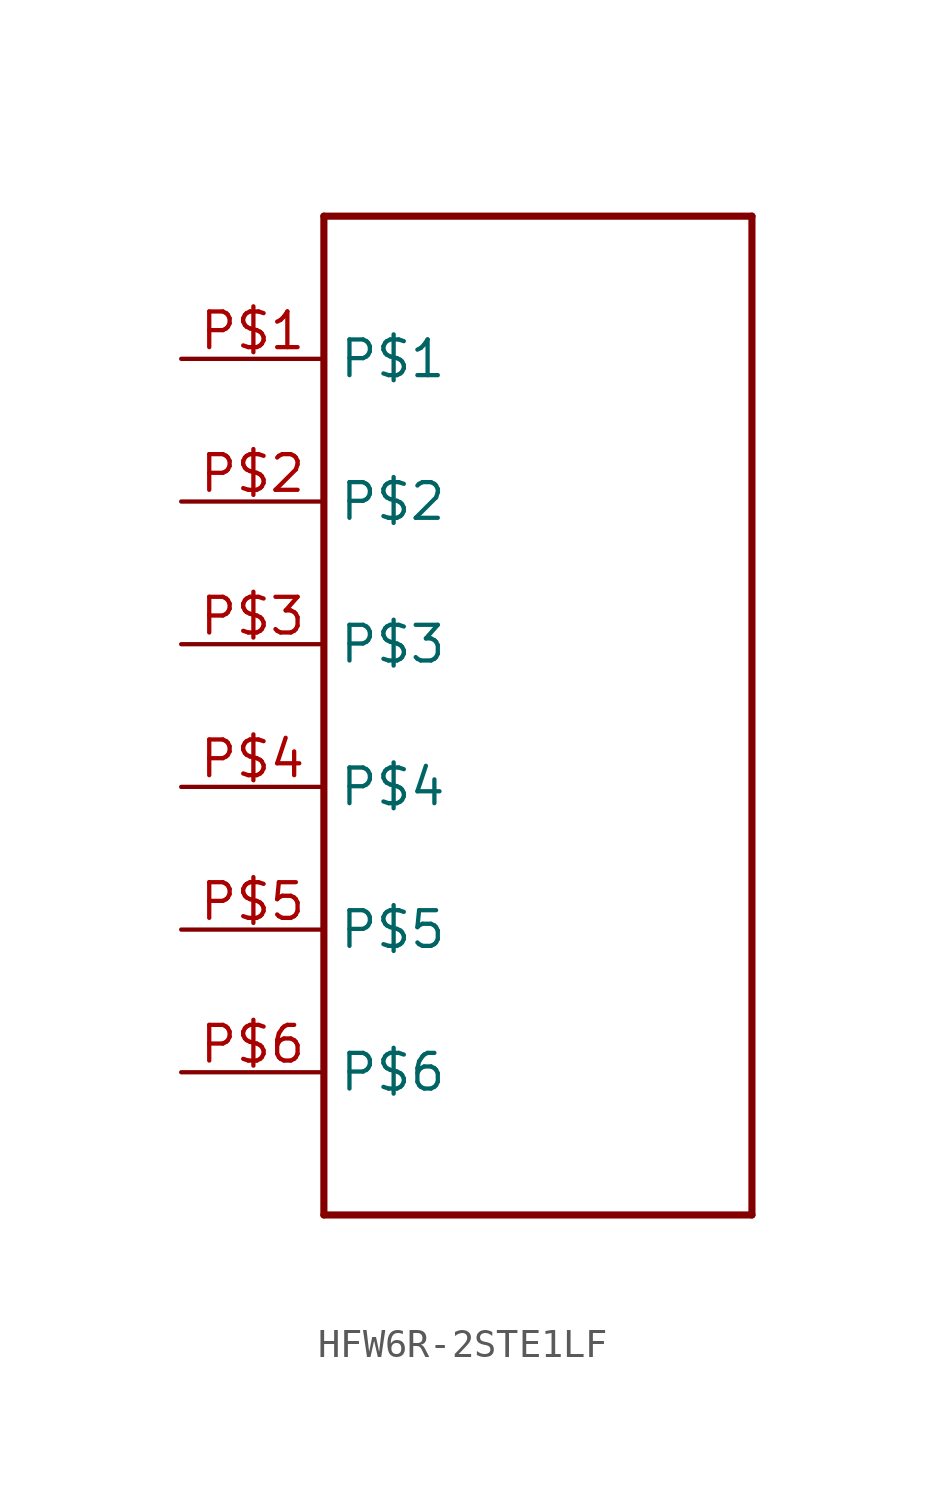
<source format=kicad_sym>
(kicad_symbol_lib
  (version 20231120)
  (generator "kicad_symbol_editor")
  (generator_version "8.0")
  (symbol "HFW6R-2STE1LF"
    (property "Reference" ""
      (at -4.572 20.066 0)
      (effects (font (size 1.27 1.079)) (hide yes)))
    (property "ki_locked" ""
      (at 0 0 0)
      (effects (font (size 1.27 1.27))))
    (symbol "HFW6R-2STE1LF_1_0"
      (polyline (pts (xy -7.62 -17.78) (xy 7.62 -17.78)) (stroke (width 0.254) (type solid)) (fill (type none)))
      (polyline (pts (xy -7.62 17.78) (xy -7.62 -17.78)) (stroke (width 0.254) (type solid)) (fill (type none)))
      (polyline (pts (xy 7.62 -17.78) (xy 7.62 17.78)) (stroke (width 0.254) (type solid)) (fill (type none)))
      (polyline (pts (xy 7.62 17.78) (xy -7.62 17.78)) (stroke (width 0.254) (type solid)) (fill (type none)))
      (pin bidirectional line (at -12.7 12.7 0) (length 5.08) (name "P$1" (effects (font (size 1.27 1.27)))) (number "P$1" (effects (font (size 1.27 1.27)))))
      (pin bidirectional line (at -12.7 7.62 0) (length 5.08) (name "P$2" (effects (font (size 1.27 1.27)))) (number "P$2" (effects (font (size 1.27 1.27)))))
      (pin bidirectional line (at -12.7 2.54 0) (length 5.08) (name "P$3" (effects (font (size 1.27 1.27)))) (number "P$3" (effects (font (size 1.27 1.27)))))
      (pin bidirectional line (at -12.7 -2.54 0) (length 5.08) (name "P$4" (effects (font (size 1.27 1.27)))) (number "P$4" (effects (font (size 1.27 1.27)))))
      (pin bidirectional line (at -12.7 -7.62 0) (length 5.08) (name "P$5" (effects (font (size 1.27 1.27)))) (number "P$5" (effects (font (size 1.27 1.27)))))
      (pin bidirectional line (at -12.7 -12.7 0) (length 5.08) (name "P$6" (effects (font (size 1.27 1.27)))) (number "P$6" (effects (font (size 1.27 1.27))))))))
</source>
